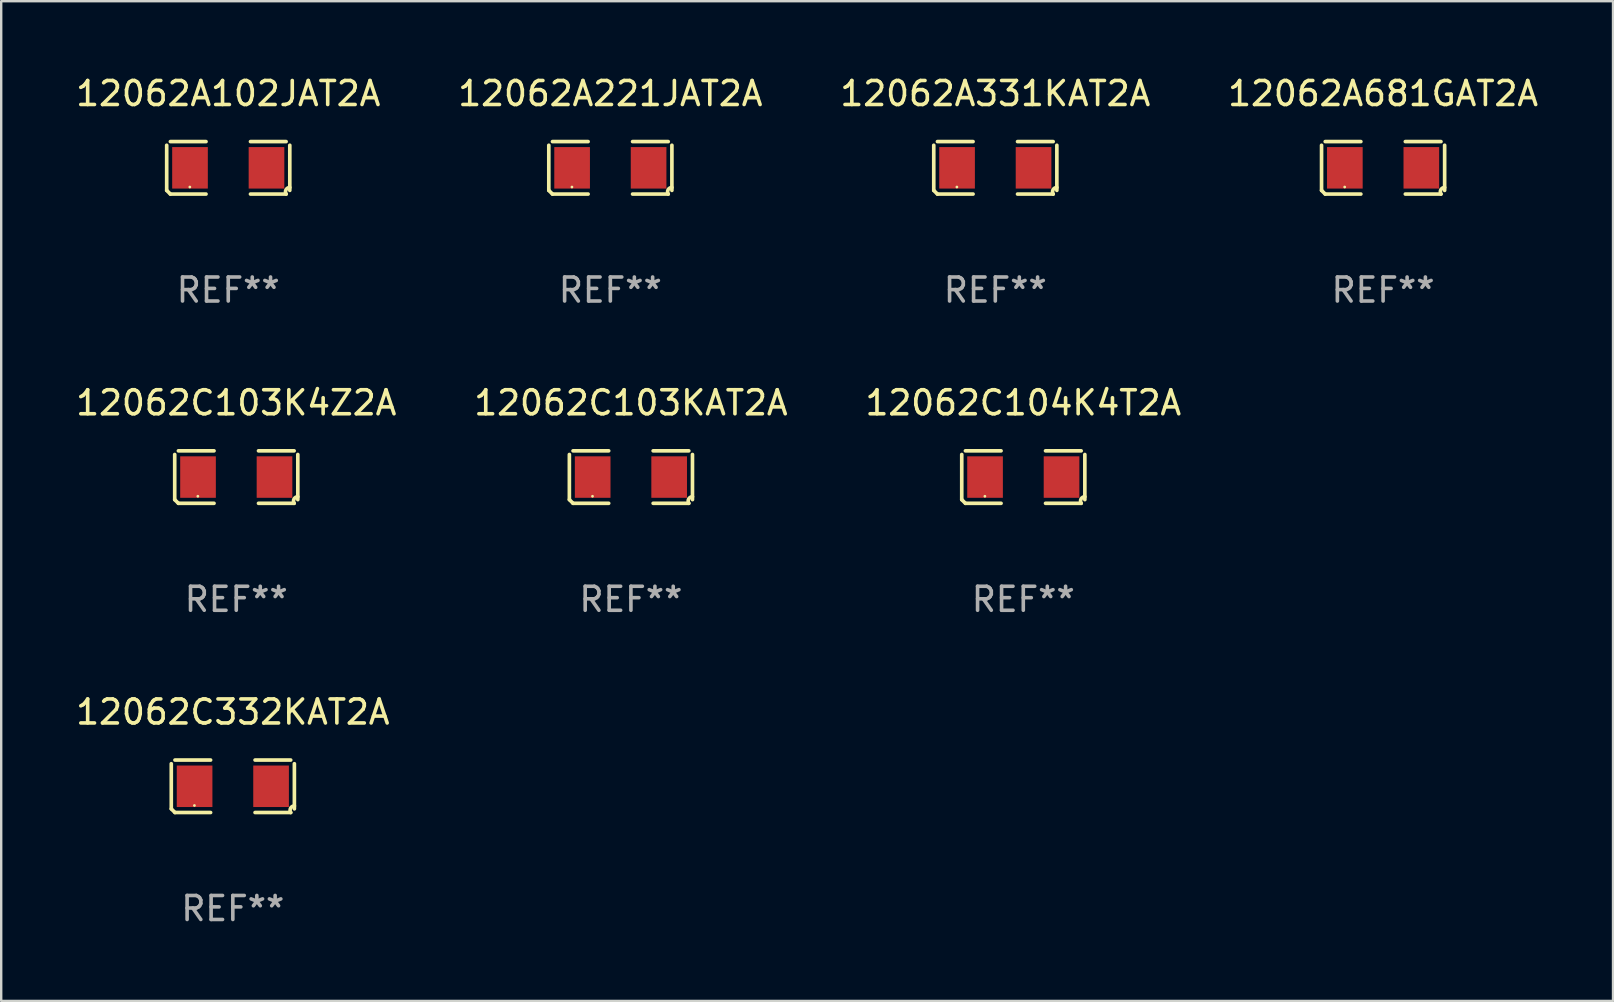
<source format=kicad_pcb>
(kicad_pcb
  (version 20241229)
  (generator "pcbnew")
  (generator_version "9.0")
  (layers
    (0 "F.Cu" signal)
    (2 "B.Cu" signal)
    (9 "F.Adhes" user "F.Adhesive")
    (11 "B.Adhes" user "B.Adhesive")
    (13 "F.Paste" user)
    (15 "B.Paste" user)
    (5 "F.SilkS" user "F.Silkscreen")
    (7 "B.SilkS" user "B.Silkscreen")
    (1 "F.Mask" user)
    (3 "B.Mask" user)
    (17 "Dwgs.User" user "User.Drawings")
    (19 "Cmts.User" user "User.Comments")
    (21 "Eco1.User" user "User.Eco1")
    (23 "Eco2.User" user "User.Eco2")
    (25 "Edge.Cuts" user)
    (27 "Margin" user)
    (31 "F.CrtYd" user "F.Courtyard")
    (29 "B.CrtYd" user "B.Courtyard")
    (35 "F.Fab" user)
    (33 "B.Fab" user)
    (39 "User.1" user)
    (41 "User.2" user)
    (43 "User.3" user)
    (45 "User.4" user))
  (footprint "12062A331KAT2A"
    (layer "F.Cu")
    (at 38.411 3.941)
    (property "Reference" "12062A331KAT2A" (at 0 -3.093 0) (layer "F.SilkS") (effects (font (size 1 1) (thickness 0.15))))
    (attr through_hole)
    (fp_line (start -2.564 0.94) (end -2.564 -0.94) (stroke (width 0.152) (type solid)) (layer "F.SilkS"))
    (fp_line (start -2.411 -1.093) (end -0.926 -1.093) (stroke (width 0.152) (type solid)) (layer "F.SilkS"))
    (fp_line (start -0.926 1.093) (end -2.411 1.093) (stroke (width 0.152) (type solid)) (layer "F.SilkS"))
    (fp_line (start 0.926 1.093) (end 2.411 1.093) (stroke (width 0.152) (type solid)) (layer "F.SilkS"))
    (fp_line (start 2.411 -1.093) (end 0.926 -1.093) (stroke (width 0.152) (type solid)) (layer "F.SilkS"))
    (fp_line (start 2.564 0.94) (end 2.564 -0.94) (stroke (width 0.152) (type solid)) (layer "F.SilkS"))
    (fp_arc (start -2.411201 1.092609) (mid -2.487413 1.01642) (end -2.563602 0.940208) (stroke (width 0.1524) (type solid)) (layer "F.SilkS"))
    (fp_arc (start 2.411201 1.092609) (mid 2.407159 0.911226) (end 2.563602 0.819347) (stroke (width 0.1524) (type solid)) (layer "F.SilkS"))
    (fp_circle (center -1.6 0.8) (end -1.57 0.8) (stroke (width 0.06) (type solid)) (fill no) (layer "F.SilkS"))
    (fp_text user "REF**" (at 0 5.093 0) (layer "F.Fab") (effects (font (size 1 1) (thickness 0.15))))
    (pad "1" smd rect (at -1.593 0) (size 1.485 1.728) (layers "F.Cu" "F.Mask" "F.Paste"))
    (pad "2" smd rect (at 1.593 0) (size 1.485 1.728) (layers "F.Cu" "F.Mask" "F.Paste")))
  (footprint "12062A221JAT2A"
    (layer "F.Cu")
    (at 22.375 3.941)
    (property "Reference" "12062A221JAT2A" (at 0 -3.093 0) (layer "F.SilkS") (effects (font (size 1 1) (thickness 0.15))))
    (attr through_hole)
    (fp_line (start -2.564 0.94) (end -2.564 -0.94) (stroke (width 0.152) (type solid)) (layer "F.SilkS"))
    (fp_line (start -2.411 -1.093) (end -0.926 -1.093) (stroke (width 0.152) (type solid)) (layer "F.SilkS"))
    (fp_line (start -0.926 1.093) (end -2.411 1.093) (stroke (width 0.152) (type solid)) (layer "F.SilkS"))
    (fp_line (start 0.926 1.093) (end 2.411 1.093) (stroke (width 0.152) (type solid)) (layer "F.SilkS"))
    (fp_line (start 2.411 -1.093) (end 0.926 -1.093) (stroke (width 0.152) (type solid)) (layer "F.SilkS"))
    (fp_line (start 2.564 0.94) (end 2.564 -0.94) (stroke (width 0.152) (type solid)) (layer "F.SilkS"))
    (fp_arc (start -2.411201 1.092609) (mid -2.487413 1.01642) (end -2.563602 0.940208) (stroke (width 0.1524) (type solid)) (layer "F.SilkS"))
    (fp_arc (start 2.411201 1.092609) (mid 2.407159 0.911226) (end 2.563602 0.819347) (stroke (width 0.1524) (type solid)) (layer "F.SilkS"))
    (fp_circle (center -1.6 0.8) (end -1.57 0.8) (stroke (width 0.06) (type solid)) (fill no) (layer "F.SilkS"))
    (fp_text user "REF**" (at 0 5.093 0) (layer "F.Fab") (effects (font (size 1 1) (thickness 0.15))))
    (pad "1" smd rect (at -1.593 0) (size 1.485 1.728) (layers "F.Cu" "F.Mask" "F.Paste"))
    (pad "2" smd rect (at 1.593 0) (size 1.485 1.728) (layers "F.Cu" "F.Mask" "F.Paste")))
  (footprint "12062C104K4T2A"
    (layer "F.Cu")
    (at 39.577 16.823)
    (property "Reference" "12062C104K4T2A" (at 0 -3.093 0) (layer "F.SilkS") (effects (font (size 1 1) (thickness 0.15))))
    (attr through_hole)
    (fp_line (start -2.564 0.94) (end -2.564 -0.94) (stroke (width 0.152) (type solid)) (layer "F.SilkS"))
    (fp_line (start -2.411 -1.093) (end -0.926 -1.093) (stroke (width 0.152) (type solid)) (layer "F.SilkS"))
    (fp_line (start -0.926 1.093) (end -2.411 1.093) (stroke (width 0.152) (type solid)) (layer "F.SilkS"))
    (fp_line (start 0.926 1.093) (end 2.411 1.093) (stroke (width 0.152) (type solid)) (layer "F.SilkS"))
    (fp_line (start 2.411 -1.093) (end 0.926 -1.093) (stroke (width 0.152) (type solid)) (layer "F.SilkS"))
    (fp_line (start 2.564 0.94) (end 2.564 -0.94) (stroke (width 0.152) (type solid)) (layer "F.SilkS"))
    (fp_arc (start -2.411201 1.092609) (mid -2.487413 1.01642) (end -2.563602 0.940208) (stroke (width 0.1524) (type solid)) (layer "F.SilkS"))
    (fp_arc (start 2.411201 1.092609) (mid 2.407159 0.911226) (end 2.563602 0.819347) (stroke (width 0.1524) (type solid)) (layer "F.SilkS"))
    (fp_circle (center -1.6 0.8) (end -1.57 0.8) (stroke (width 0.06) (type solid)) (fill no) (layer "F.SilkS"))
    (fp_text user "REF**" (at 0 5.093 0) (layer "F.Fab") (effects (font (size 1 1) (thickness 0.15))))
    (pad "1" smd rect (at -1.593 0) (size 1.485 1.728) (layers "F.Cu" "F.Mask" "F.Paste"))
    (pad "2" smd rect (at 1.593 0) (size 1.485 1.728) (layers "F.Cu" "F.Mask" "F.Paste")))
  (footprint "12062C103K4Z2A"
    (layer "F.Cu")
    (at 6.792 16.823)
    (property "Reference" "12062C103K4Z2A" (at 0 -3.093 0) (layer "F.SilkS") (effects (font (size 1 1) (thickness 0.15))))
    (attr through_hole)
    (fp_line (start -2.564 0.94) (end -2.564 -0.94) (stroke (width 0.152) (type solid)) (layer "F.SilkS"))
    (fp_line (start -2.411 -1.093) (end -0.926 -1.093) (stroke (width 0.152) (type solid)) (layer "F.SilkS"))
    (fp_line (start -0.926 1.093) (end -2.411 1.093) (stroke (width 0.152) (type solid)) (layer "F.SilkS"))
    (fp_line (start 0.926 1.093) (end 2.411 1.093) (stroke (width 0.152) (type solid)) (layer "F.SilkS"))
    (fp_line (start 2.411 -1.093) (end 0.926 -1.093) (stroke (width 0.152) (type solid)) (layer "F.SilkS"))
    (fp_line (start 2.564 0.94) (end 2.564 -0.94) (stroke (width 0.152) (type solid)) (layer "F.SilkS"))
    (fp_arc (start -2.411201 1.092609) (mid -2.487413 1.01642) (end -2.563602 0.940208) (stroke (width 0.1524) (type solid)) (layer "F.SilkS"))
    (fp_arc (start 2.411201 1.092609) (mid 2.407159 0.911226) (end 2.563602 0.819347) (stroke (width 0.1524) (type solid)) (layer "F.SilkS"))
    (fp_circle (center -1.6 0.8) (end -1.57 0.8) (stroke (width 0.06) (type solid)) (fill no) (layer "F.SilkS"))
    (fp_text user "REF**" (at 0 5.093 0) (layer "F.Fab") (effects (font (size 1 1) (thickness 0.15))))
    (pad "1" smd rect (at -1.593 0) (size 1.485 1.728) (layers "F.Cu" "F.Mask" "F.Paste"))
    (pad "2" smd rect (at 1.593 0) (size 1.485 1.728) (layers "F.Cu" "F.Mask" "F.Paste")))
  (footprint "12062A681GAT2A"
    (layer "F.Cu")
    (at 54.565 3.941)
    (property "Reference" "12062A681GAT2A" (at 0 -3.093 0) (layer "F.SilkS") (effects (font (size 1 1) (thickness 0.15))))
    (attr through_hole)
    (fp_line (start -2.564 0.94) (end -2.564 -0.94) (stroke (width 0.152) (type solid)) (layer "F.SilkS"))
    (fp_line (start -2.411 -1.093) (end -0.926 -1.093) (stroke (width 0.152) (type solid)) (layer "F.SilkS"))
    (fp_line (start -0.926 1.093) (end -2.411 1.093) (stroke (width 0.152) (type solid)) (layer "F.SilkS"))
    (fp_line (start 0.926 1.093) (end 2.411 1.093) (stroke (width 0.152) (type solid)) (layer "F.SilkS"))
    (fp_line (start 2.411 -1.093) (end 0.926 -1.093) (stroke (width 0.152) (type solid)) (layer "F.SilkS"))
    (fp_line (start 2.564 0.94) (end 2.564 -0.94) (stroke (width 0.152) (type solid)) (layer "F.SilkS"))
    (fp_arc (start -2.411201 1.092609) (mid -2.487413 1.01642) (end -2.563602 0.940208) (stroke (width 0.1524) (type solid)) (layer "F.SilkS"))
    (fp_arc (start 2.411201 1.092609) (mid 2.407159 0.911226) (end 2.563602 0.819347) (stroke (width 0.1524) (type solid)) (layer "F.SilkS"))
    (fp_circle (center -1.6 0.8) (end -1.57 0.8) (stroke (width 0.06) (type solid)) (fill no) (layer "F.SilkS"))
    (fp_text user "REF**" (at 0 5.093 0) (layer "F.Fab") (effects (font (size 1 1) (thickness 0.15))))
    (pad "1" smd rect (at -1.593 0) (size 1.485 1.728) (layers "F.Cu" "F.Mask" "F.Paste"))
    (pad "2" smd rect (at 1.593 0) (size 1.485 1.728) (layers "F.Cu" "F.Mask" "F.Paste")))
  (footprint "12062A102JAT2A"
    (layer "F.Cu")
    (at 6.458 3.941)
    (property "Reference" "12062A102JAT2A" (at 0 -3.093 0) (layer "F.SilkS") (effects (font (size 1 1) (thickness 0.15))))
    (attr through_hole)
    (fp_line (start -2.564 0.94) (end -2.564 -0.94) (stroke (width 0.152) (type solid)) (layer "F.SilkS"))
    (fp_line (start -2.411 -1.093) (end -0.926 -1.093) (stroke (width 0.152) (type solid)) (layer "F.SilkS"))
    (fp_line (start -0.926 1.093) (end -2.411 1.093) (stroke (width 0.152) (type solid)) (layer "F.SilkS"))
    (fp_line (start 0.926 1.093) (end 2.411 1.093) (stroke (width 0.152) (type solid)) (layer "F.SilkS"))
    (fp_line (start 2.411 -1.093) (end 0.926 -1.093) (stroke (width 0.152) (type solid)) (layer "F.SilkS"))
    (fp_line (start 2.564 0.94) (end 2.564 -0.94) (stroke (width 0.152) (type solid)) (layer "F.SilkS"))
    (fp_arc (start -2.411201 1.092609) (mid -2.487413 1.01642) (end -2.563602 0.940208) (stroke (width 0.1524) (type solid)) (layer "F.SilkS"))
    (fp_arc (start 2.411201 1.092609) (mid 2.407159 0.911226) (end 2.563602 0.819347) (stroke (width 0.1524) (type solid)) (layer "F.SilkS"))
    (fp_circle (center -1.6 0.8) (end -1.57 0.8) (stroke (width 0.06) (type solid)) (fill no) (layer "F.SilkS"))
    (fp_text user "REF**" (at 0 5.093 0) (layer "F.Fab") (effects (font (size 1 1) (thickness 0.15))))
    (pad "1" smd rect (at -1.593 0) (size 1.485 1.728) (layers "F.Cu" "F.Mask" "F.Paste"))
    (pad "2" smd rect (at 1.593 0) (size 1.485 1.728) (layers "F.Cu" "F.Mask" "F.Paste")))
  (footprint "12062C332KAT2A"
    (layer "F.Cu")
    (at 6.649 29.704)
    (property "Reference" "12062C332KAT2A" (at 0 -3.093 0) (layer "F.SilkS") (effects (font (size 1 1) (thickness 0.15))))
    (attr through_hole)
    (fp_line (start -2.564 0.94) (end -2.564 -0.94) (stroke (width 0.152) (type solid)) (layer "F.SilkS"))
    (fp_line (start -2.411 -1.093) (end -0.926 -1.093) (stroke (width 0.152) (type solid)) (layer "F.SilkS"))
    (fp_line (start -0.926 1.093) (end -2.411 1.093) (stroke (width 0.152) (type solid)) (layer "F.SilkS"))
    (fp_line (start 0.926 1.093) (end 2.411 1.093) (stroke (width 0.152) (type solid)) (layer "F.SilkS"))
    (fp_line (start 2.411 -1.093) (end 0.926 -1.093) (stroke (width 0.152) (type solid)) (layer "F.SilkS"))
    (fp_line (start 2.564 0.94) (end 2.564 -0.94) (stroke (width 0.152) (type solid)) (layer "F.SilkS"))
    (fp_arc (start -2.411201 1.092609) (mid -2.487413 1.01642) (end -2.563602 0.940208) (stroke (width 0.1524) (type solid)) (layer "F.SilkS"))
    (fp_arc (start 2.411201 1.092609) (mid 2.407159 0.911226) (end 2.563602 0.819347) (stroke (width 0.1524) (type solid)) (layer "F.SilkS"))
    (fp_circle (center -1.6 0.8) (end -1.57 0.8) (stroke (width 0.06) (type solid)) (fill no) (layer "F.SilkS"))
    (fp_text user "REF**" (at 0 5.093 0) (layer "F.Fab") (effects (font (size 1 1) (thickness 0.15))))
    (pad "1" smd rect (at -1.593 0) (size 1.485 1.728) (layers "F.Cu" "F.Mask" "F.Paste"))
    (pad "2" smd rect (at 1.593 0) (size 1.485 1.728) (layers "F.Cu" "F.Mask" "F.Paste")))
  (footprint "12062C103KAT2A"
    (layer "F.Cu")
    (at 23.232 16.823)
    (property "Reference" "12062C103KAT2A" (at 0 -3.093 0) (layer "F.SilkS") (effects (font (size 1 1) (thickness 0.15))))
    (attr through_hole)
    (fp_line (start -2.564 0.94) (end -2.564 -0.94) (stroke (width 0.152) (type solid)) (layer "F.SilkS"))
    (fp_line (start -2.411 -1.093) (end -0.926 -1.093) (stroke (width 0.152) (type solid)) (layer "F.SilkS"))
    (fp_line (start -0.926 1.093) (end -2.411 1.093) (stroke (width 0.152) (type solid)) (layer "F.SilkS"))
    (fp_line (start 0.926 1.093) (end 2.411 1.093) (stroke (width 0.152) (type solid)) (layer "F.SilkS"))
    (fp_line (start 2.411 -1.093) (end 0.926 -1.093) (stroke (width 0.152) (type solid)) (layer "F.SilkS"))
    (fp_line (start 2.564 0.94) (end 2.564 -0.94) (stroke (width 0.152) (type solid)) (layer "F.SilkS"))
    (fp_arc (start -2.411201 1.092609) (mid -2.487413 1.01642) (end -2.563602 0.940208) (stroke (width 0.1524) (type solid)) (layer "F.SilkS"))
    (fp_arc (start 2.411201 1.092609) (mid 2.407159 0.911226) (end 2.563602 0.819347) (stroke (width 0.1524) (type solid)) (layer "F.SilkS"))
    (fp_circle (center -1.6 0.8) (end -1.57 0.8) (stroke (width 0.06) (type solid)) (fill no) (layer "F.SilkS"))
    (fp_text user "REF**" (at 0 5.093 0) (layer "F.Fab") (effects (font (size 1 1) (thickness 0.15))))
    (pad "1" smd rect (at -1.593 0) (size 1.485 1.728) (layers "F.Cu" "F.Mask" "F.Paste"))
    (pad "2" smd rect (at 1.593 0) (size 1.485 1.728) (layers "F.Cu" "F.Mask" "F.Paste")))
  (gr_rect
    (start -3 -3)
    (end 64.143 38.645)
    (stroke (width 0.1) (type default))
    (fill no)
    (layer "Edge.Cuts")))
</source>
